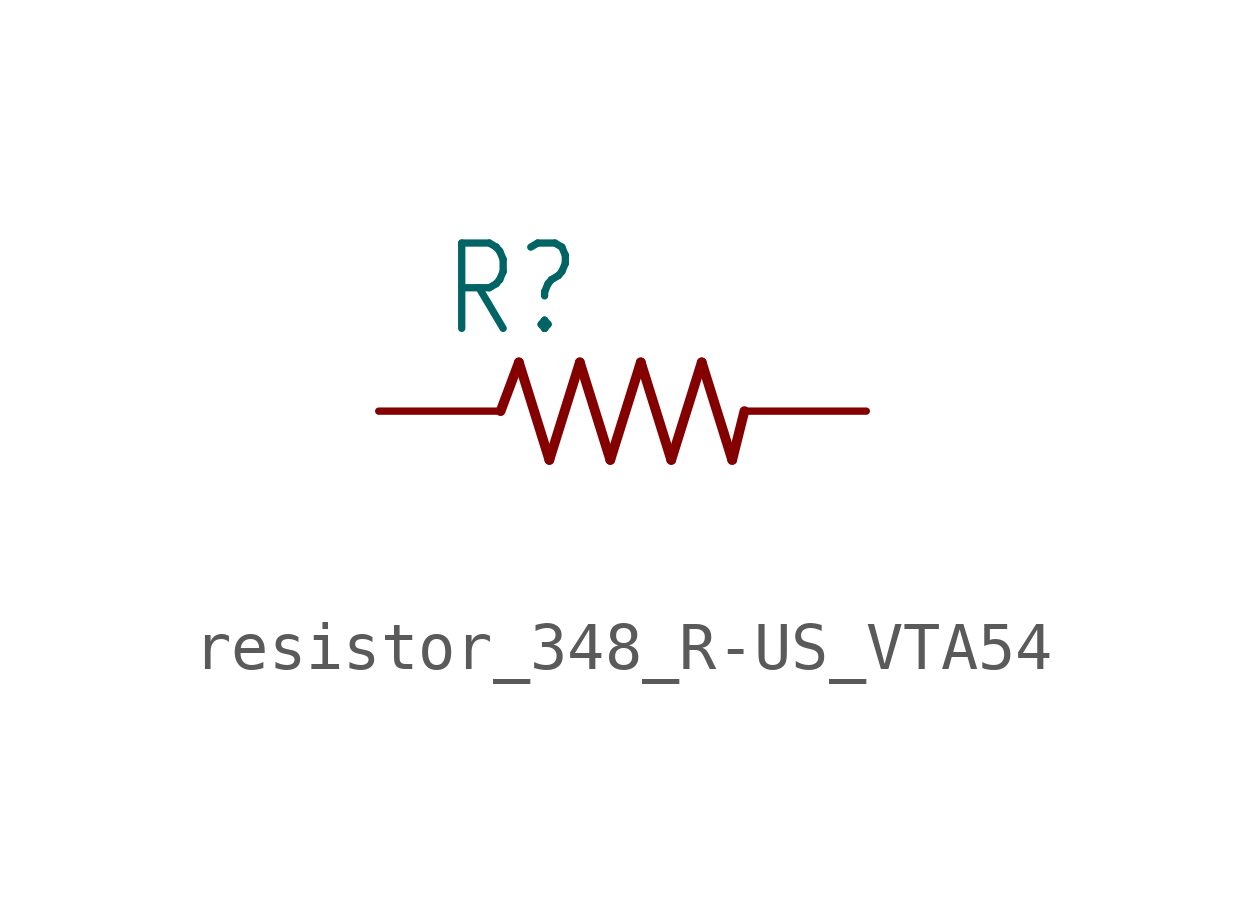
<source format=kicad_sym>
(kicad_symbol_lib
  (version 20241209)
  (generator "kicad_symbol_editor")
  (generator_version "9.0")
  (symbol "resistor_348_R-US_VTA54"
    (property "Reference" "R"
      (at -3.81 1.499 0)
      (effects (font (size 1.778 1.511)) (justify left bottom)))
    (property "Value" ""
      (at -3.81 -3.302 0)
      (effects (font (size 1.778 1.511)) (justify left bottom)))
    (property "ki_locked" ""
      (at 0 0 0)
      (effects (font (size 1.27 1.27))))
    (symbol "resistor_348_R-US_VTA54_1_0"
      (polyline (pts (xy -2.54 0) (xy -2.159 1.016)) (stroke (width 0.203) (type solid)) (fill (type none)))
      (polyline (pts (xy -2.159 1.016) (xy -1.524 -1.016)) (stroke (width 0.203) (type solid)) (fill (type none)))
      (polyline (pts (xy -1.524 -1.016) (xy -0.889 1.016)) (stroke (width 0.203) (type solid)) (fill (type none)))
      (polyline (pts (xy -0.889 1.016) (xy -0.254 -1.016)) (stroke (width 0.203) (type solid)) (fill (type none)))
      (polyline (pts (xy -0.254 -1.016) (xy 0.381 1.016)) (stroke (width 0.203) (type solid)) (fill (type none)))
      (polyline (pts (xy 0.381 1.016) (xy 1.016 -1.016)) (stroke (width 0.203) (type solid)) (fill (type none)))
      (polyline (pts (xy 1.016 -1.016) (xy 1.651 1.016)) (stroke (width 0.203) (type solid)) (fill (type none)))
      (polyline (pts (xy 1.651 1.016) (xy 2.286 -1.016)) (stroke (width 0.203) (type solid)) (fill (type none)))
      (polyline (pts (xy 2.286 -1.016) (xy 2.54 0)) (stroke (width 0.203) (type solid)) (fill (type none)))
      (pin passive line (at -5.08 0 0) (length 2.54) (name "1" (effects (font (size 0 0)))) (number "1" (effects (font (size 0 0)))))
      (pin passive line (at 5.08 0 180) (length 2.54) (name "2" (effects (font (size 0 0)))) (number "2" (effects (font (size 0 0))))))))
</source>
